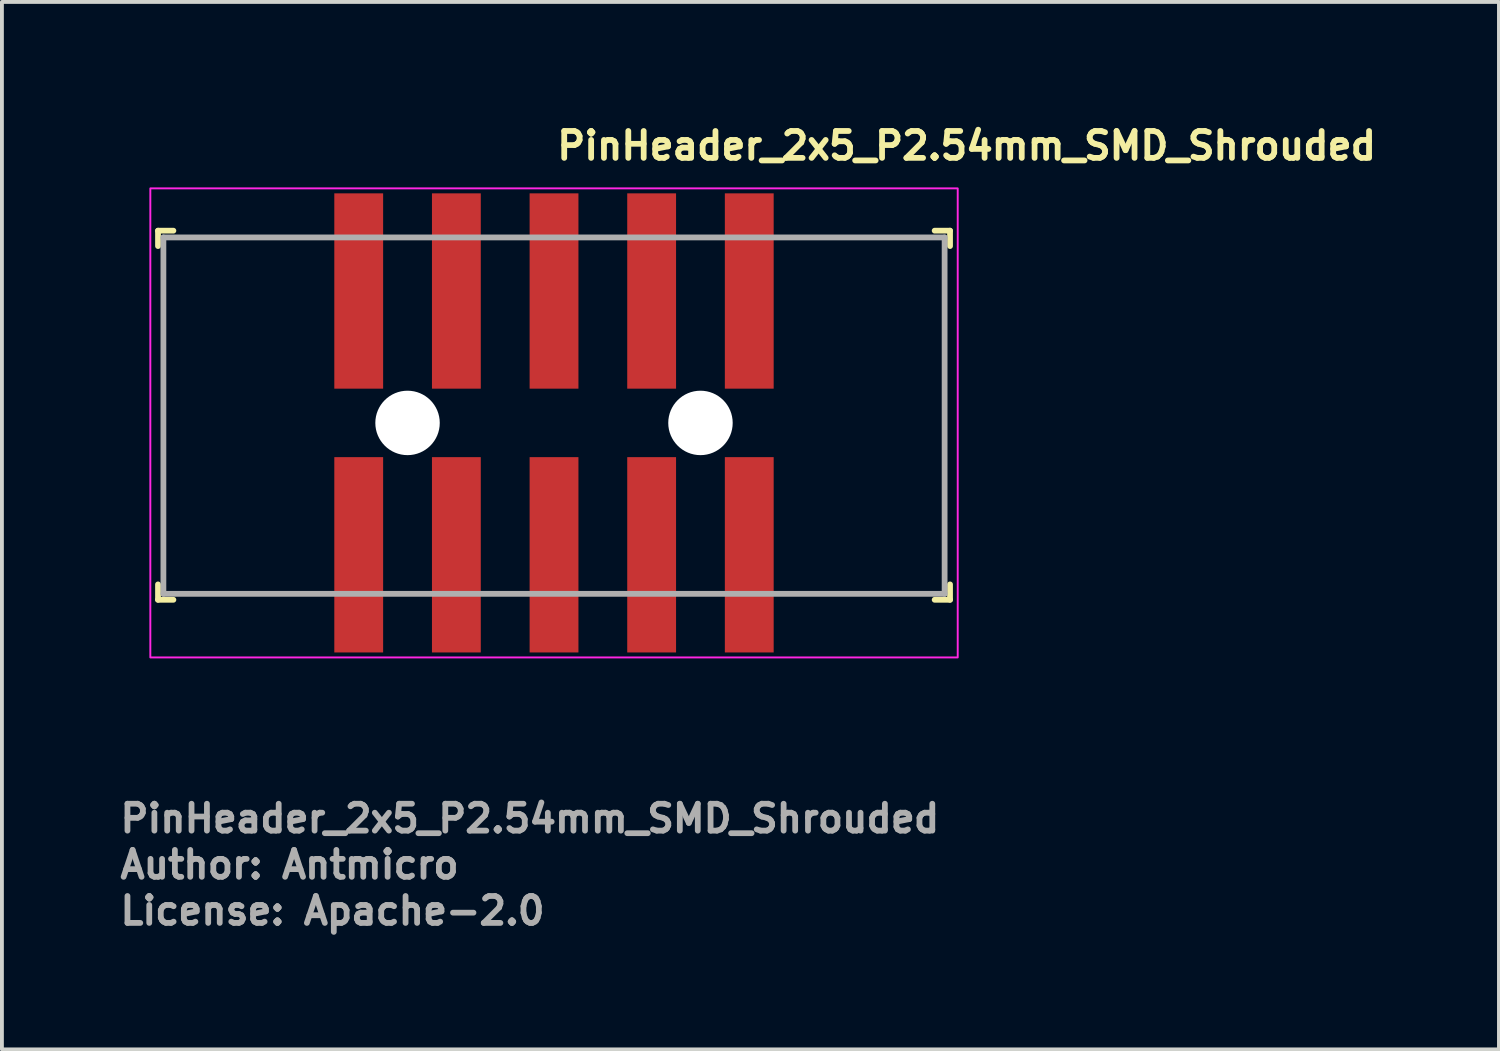
<source format=kicad_pcb>
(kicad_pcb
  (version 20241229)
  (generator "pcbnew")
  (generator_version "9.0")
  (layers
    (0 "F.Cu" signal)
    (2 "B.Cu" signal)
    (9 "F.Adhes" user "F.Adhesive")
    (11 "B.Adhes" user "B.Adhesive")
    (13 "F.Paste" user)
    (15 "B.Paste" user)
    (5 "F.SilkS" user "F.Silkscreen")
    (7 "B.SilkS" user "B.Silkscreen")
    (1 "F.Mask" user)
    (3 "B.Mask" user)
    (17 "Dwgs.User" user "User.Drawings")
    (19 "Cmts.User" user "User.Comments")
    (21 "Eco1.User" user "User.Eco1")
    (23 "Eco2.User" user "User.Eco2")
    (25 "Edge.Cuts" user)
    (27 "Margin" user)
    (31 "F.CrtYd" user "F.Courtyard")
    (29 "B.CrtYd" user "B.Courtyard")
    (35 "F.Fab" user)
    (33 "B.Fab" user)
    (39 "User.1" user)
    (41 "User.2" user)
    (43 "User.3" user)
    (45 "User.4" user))
  (footprint "PinHeader_2x5_P2.54mm_SMD_Shrouded"
    (layer "F.Cu")
    (at 11.36 7.95)
    (property "Reference" "PinHeader_2x5_P2.54mm_SMD_Shrouded" (at 0 -6.8 0) (layer "F.SilkS") (effects (font (size 0.7 0.7) (thickness 0.15)) (justify left bottom)))
    (attr smd)
    (fp_line (start -10.3 -4.6) (end -10.3 -5) (stroke (width 0.15) (type solid)) (layer "F.SilkS"))
    (fp_line (start -10.3 4.2) (end -10.3 4.6) (stroke (width 0.15) (type solid)) (layer "F.SilkS"))
    (fp_line (start -9.9 -5) (end -10.3 -5) (stroke (width 0.15) (type solid)) (layer "F.SilkS"))
    (fp_line (start -9.9 4.6) (end -10.3 4.6) (stroke (width 0.15) (type solid)) (layer "F.SilkS"))
    (fp_line (start 9.9 -5) (end 10.3 -5) (stroke (width 0.15) (type solid)) (layer "F.SilkS"))
    (fp_line (start 9.9 4.6) (end 10.3 4.6) (stroke (width 0.15) (type solid)) (layer "F.SilkS"))
    (fp_line (start 10.3 -4.6) (end 10.3 -5) (stroke (width 0.15) (type solid)) (layer "F.SilkS"))
    (fp_line (start 10.3 4.2) (end 10.3 4.6) (stroke (width 0.15) (type solid)) (layer "F.SilkS"))
    (fp_rect (start -10.5 -6.1) (end 10.5 6.1) (stroke (width 0.05) (type solid)) (fill no) (layer "F.CrtYd"))
    (fp_line (start -10.16 -4.824) (end 10.159 -4.824) (stroke (width 0.15) (type solid)) (layer "F.Fab"))
    (fp_line (start -10.16 4.445) (end -10.16 -4.824) (stroke (width 0.15) (type solid)) (layer "F.Fab"))
    (fp_line (start 10.159 -4.824) (end 10.159 4.445) (stroke (width 0.15) (type solid)) (layer "F.Fab"))
    (fp_line (start 10.159 4.445) (end -10.16 4.445) (stroke (width 0.15) (type solid)) (layer "F.Fab"))
    (fp_rect (start -10.16 -5.588) (end 10.159 5.586) (stroke (width 0.1) (type solid)) (fill no) (layer "User.5"))
    (fp_line (start -10.16 -4.827) (end -10.16 4.445) (stroke (width 0.02) (type solid)) (layer "User.9"))
    (fp_line (start -10.16 -4.827) (end -8.891 -4.827) (stroke (width 0.02) (type solid)) (layer "User.9"))
    (fp_line (start -10.16 4.445) (end -5.715 4.445) (stroke (width 0.02) (type solid)) (layer "User.9"))
    (fp_line (start -9.336 -3.621) (end -9.336 3.619) (stroke (width 0.02) (type solid)) (layer "User.9"))
    (fp_line (start -9.336 3.619) (end -2.54 3.619) (stroke (width 0.02) (type solid)) (layer "User.9"))
    (fp_line (start -8.891 -4.827) (end -8.891 -4.446) (stroke (width 0.02) (type solid)) (layer "User.9"))
    (fp_line (start -8.891 -4.446) (end -1.27 -4.446) (stroke (width 0.02) (type solid)) (layer "User.9"))
    (fp_line (start -8.891 -3.176) (end -9.336 -3.621) (stroke (width 0.02) (type solid)) (layer "User.9"))
    (fp_line (start -8.891 -3.176) (end 8.89 -3.176) (stroke (width 0.02) (type solid)) (layer "User.9"))
    (fp_line (start -8.891 3.173) (end -9.336 3.619) (stroke (width 0.02) (type solid)) (layer "User.9"))
    (fp_line (start -8.891 3.173) (end -8.891 -3.176) (stroke (width 0.02) (type solid)) (layer "User.9"))
    (fp_line (start -5.715 4.19) (end -5.715 4.445) (stroke (width 0.02) (type solid)) (layer "User.9"))
    (fp_line (start -5.715 4.19) (end -5.715 4.445) (stroke (width 0.02) (type solid)) (layer "User.9"))
    (fp_line (start -5.691 4.216) (end -5.691 4.445) (stroke (width 0.02) (type solid)) (layer "User.9"))
    (fp_line (start -5.691 4.445) (end -5.715 4.445) (stroke (width 0.02) (type solid)) (layer "User.9"))
    (fp_line (start -5.398 -5.588) (end -5.398 -5.43) (stroke (width 0.02) (type solid)) (layer "User.9"))
    (fp_line (start -5.398 -5.588) (end -4.763 -5.588) (stroke (width 0.02) (type solid)) (layer "User.9"))
    (fp_line (start -5.398 -5.43) (end -5.398 -4.446) (stroke (width 0.02) (type solid)) (layer "User.9"))
    (fp_line (start -5.398 -5.43) (end -4.763 -5.43) (stroke (width 0.02) (type solid)) (layer "User.9"))
    (fp_line (start -5.398 -1.589) (end -5.398 -1.43) (stroke (width 0.02) (type solid)) (layer "User.9"))
    (fp_line (start -5.398 -1.43) (end -5.398 -1.113) (stroke (width 0.02) (type solid)) (layer "User.9"))
    (fp_line (start -5.398 -1.113) (end -5.398 -0.954) (stroke (width 0.02) (type solid)) (layer "User.9"))
    (fp_line (start -5.398 -1.113) (end -4.763 -1.113) (stroke (width 0.02) (type solid)) (layer "User.9"))
    (fp_line (start -5.398 -0.954) (end -4.763 -0.954) (stroke (width 0.02) (type solid)) (layer "User.9"))
    (fp_line (start -5.398 0.952) (end -5.398 1.11) (stroke (width 0.02) (type solid)) (layer "User.9"))
    (fp_line (start -5.398 1.11) (end -5.398 1.427) (stroke (width 0.02) (type solid)) (layer "User.9"))
    (fp_line (start -5.398 1.11) (end -4.763 1.11) (stroke (width 0.02) (type solid)) (layer "User.9"))
    (fp_line (start -5.398 1.427) (end -5.398 1.586) (stroke (width 0.02) (type solid)) (layer "User.9"))
    (fp_line (start -5.398 1.427) (end -4.763 1.427) (stroke (width 0.02) (type solid)) (layer "User.9"))
    (fp_line (start -5.398 1.586) (end -4.763 1.586) (stroke (width 0.02) (type solid)) (layer "User.9"))
    (fp_line (start -5.398 4.445) (end -5.398 5.429) (stroke (width 0.02) (type solid)) (layer "User.9"))
    (fp_line (start -5.398 5.429) (end -5.398 5.586) (stroke (width 0.02) (type solid)) (layer "User.9"))
    (fp_line (start -5.398 5.429) (end -4.763 5.429) (stroke (width 0.02) (type solid)) (layer "User.9"))
    (fp_line (start -5.398 5.586) (end -4.763 5.586) (stroke (width 0.02) (type solid)) (layer "User.9"))
    (fp_line (start -5.08 4.445) (end -5.691 4.445) (stroke (width 0.02) (type solid)) (layer "User.9"))
    (fp_line (start -5.08 4.445) (end -5.08 4.216) (stroke (width 0.02) (type solid)) (layer "User.9"))
    (fp_line (start -4.763 -5.588) (end -4.763 -5.43) (stroke (width 0.02) (type solid)) (layer "User.9"))
    (fp_line (start -4.763 -5.43) (end -4.763 -4.446) (stroke (width 0.02) (type solid)) (layer "User.9"))
    (fp_line (start -4.763 -1.589) (end -5.398 -1.589) (stroke (width 0.02) (type solid)) (layer "User.9"))
    (fp_line (start -4.763 -1.589) (end -4.763 -1.43) (stroke (width 0.02) (type solid)) (layer "User.9"))
    (fp_line (start -4.763 -1.43) (end -5.398 -1.43) (stroke (width 0.02) (type solid)) (layer "User.9"))
    (fp_line (start -4.763 -1.43) (end -4.763 -1.113) (stroke (width 0.02) (type solid)) (layer "User.9"))
    (fp_line (start -4.763 -1.113) (end -4.763 -0.954) (stroke (width 0.02) (type solid)) (layer "User.9"))
    (fp_line (start -4.763 0.952) (end -5.398 0.952) (stroke (width 0.02) (type solid)) (layer "User.9"))
    (fp_line (start -4.763 0.952) (end -4.763 1.11) (stroke (width 0.02) (type solid)) (layer "User.9"))
    (fp_line (start -4.763 1.11) (end -4.763 1.427) (stroke (width 0.02) (type solid)) (layer "User.9"))
    (fp_line (start -4.763 1.427) (end -4.763 1.586) (stroke (width 0.02) (type solid)) (layer "User.9"))
    (fp_line (start -4.763 4.445) (end -4.763 5.429) (stroke (width 0.02) (type solid)) (layer "User.9"))
    (fp_line (start -4.763 5.429) (end -4.763 5.586) (stroke (width 0.02) (type solid)) (layer "User.9"))
    (fp_line (start -4.471 4.216) (end -5.691 4.216) (stroke (width 0.02) (type solid)) (layer "User.9"))
    (fp_line (start -4.471 4.445) (end -5.08 4.445) (stroke (width 0.02) (type solid)) (layer "User.9"))
    (fp_line (start -4.471 4.445) (end -4.471 4.216) (stroke (width 0.02) (type solid)) (layer "User.9"))
    (fp_line (start -4.446 4.19) (end -5.715 4.19) (stroke (width 0.02) (type solid)) (layer "User.9"))
    (fp_line (start -4.446 4.19) (end -5.715 4.19) (stroke (width 0.02) (type solid)) (layer "User.9"))
    (fp_line (start -4.446 4.445) (end -4.471 4.445) (stroke (width 0.02) (type solid)) (layer "User.9"))
    (fp_line (start -4.446 4.445) (end -4.446 4.19) (stroke (width 0.02) (type solid)) (layer "User.9"))
    (fp_line (start -4.446 4.445) (end -4.446 4.19) (stroke (width 0.02) (type solid)) (layer "User.9"))
    (fp_line (start -4.446 4.445) (end -2.54 4.445) (stroke (width 0.02) (type solid)) (layer "User.9"))
    (fp_line (start -2.859 -5.588) (end -2.223 -5.588) (stroke (width 0.02) (type solid)) (layer "User.9"))
    (fp_line (start -2.859 -5.43) (end -2.859 -5.588) (stroke (width 0.02) (type solid)) (layer "User.9"))
    (fp_line (start -2.859 -5.43) (end -2.223 -5.43) (stroke (width 0.02) (type solid)) (layer "User.9"))
    (fp_line (start -2.859 -4.446) (end -2.859 -5.43) (stroke (width 0.02) (type solid)) (layer "User.9"))
    (fp_line (start -2.859 -1.43) (end -2.859 -1.589) (stroke (width 0.02) (type solid)) (layer "User.9"))
    (fp_line (start -2.859 -1.113) (end -2.859 -1.43) (stroke (width 0.02) (type solid)) (layer "User.9"))
    (fp_line (start -2.859 -0.954) (end -2.859 -1.113) (stroke (width 0.02) (type solid)) (layer "User.9"))
    (fp_line (start -2.859 0.952) (end -2.223 0.952) (stroke (width 0.02) (type solid)) (layer "User.9"))
    (fp_line (start -2.859 1.11) (end -2.859 0.952) (stroke (width 0.02) (type solid)) (layer "User.9"))
    (fp_line (start -2.859 1.11) (end -2.223 1.11) (stroke (width 0.02) (type solid)) (layer "User.9"))
    (fp_line (start -2.859 1.427) (end -2.859 1.11) (stroke (width 0.02) (type solid)) (layer "User.9"))
    (fp_line (start -2.859 1.427) (end -2.223 1.427) (stroke (width 0.02) (type solid)) (layer "User.9"))
    (fp_line (start -2.859 1.586) (end -2.859 1.427) (stroke (width 0.02) (type solid)) (layer "User.9"))
    (fp_line (start -2.859 1.586) (end -2.223 1.586) (stroke (width 0.02) (type solid)) (layer "User.9"))
    (fp_line (start -2.859 5.429) (end -2.859 4.445) (stroke (width 0.02) (type solid)) (layer "User.9"))
    (fp_line (start -2.859 5.586) (end -2.859 5.429) (stroke (width 0.02) (type solid)) (layer "User.9"))
    (fp_line (start -2.54 3.173) (end -8.891 3.173) (stroke (width 0.02) (type solid)) (layer "User.9"))
    (fp_line (start -2.54 3.173) (end 2.539 3.173) (stroke (width 0.02) (type solid)) (layer "User.9"))
    (fp_line (start -2.54 3.619) (end -2.54 3.173) (stroke (width 0.02) (type solid)) (layer "User.9"))
    (fp_line (start -2.54 3.619) (end -2.54 4.445) (stroke (width 0.02) (type solid)) (layer "User.9"))
    (fp_line (start -2.54 4.445) (end 2.539 4.445) (stroke (width 0.02) (type solid)) (layer "User.9"))
    (fp_line (start -2.223 -5.588) (end -2.223 -5.43) (stroke (width 0.02) (type solid)) (layer "User.9"))
    (fp_line (start -2.223 -5.43) (end -2.223 -4.446) (stroke (width 0.02) (type solid)) (layer "User.9"))
    (fp_line (start -2.223 -1.589) (end -2.859 -1.589) (stroke (width 0.02) (type solid)) (layer "User.9"))
    (fp_line (start -2.223 -1.589) (end -2.223 -1.43) (stroke (width 0.02) (type solid)) (layer "User.9"))
    (fp_line (start -2.223 -1.43) (end -2.859 -1.43) (stroke (width 0.02) (type solid)) (layer "User.9"))
    (fp_line (start -2.223 -1.43) (end -2.223 -1.113) (stroke (width 0.02) (type solid)) (layer "User.9"))
    (fp_line (start -2.223 -1.113) (end -2.859 -1.113) (stroke (width 0.02) (type solid)) (layer "User.9"))
    (fp_line (start -2.223 -1.113) (end -2.223 -0.954) (stroke (width 0.02) (type solid)) (layer "User.9"))
    (fp_line (start -2.223 -0.954) (end -2.859 -0.954) (stroke (width 0.02) (type solid)) (layer "User.9"))
    (fp_line (start -2.223 0.952) (end -2.223 1.11) (stroke (width 0.02) (type solid)) (layer "User.9"))
    (fp_line (start -2.223 1.11) (end -2.223 1.427) (stroke (width 0.02) (type solid)) (layer "User.9"))
    (fp_line (start -2.223 1.427) (end -2.223 1.586) (stroke (width 0.02) (type solid)) (layer "User.9"))
    (fp_line (start -2.223 4.445) (end -2.223 5.429) (stroke (width 0.02) (type solid)) (layer "User.9"))
    (fp_line (start -2.223 5.429) (end -2.859 5.429) (stroke (width 0.02) (type solid)) (layer "User.9"))
    (fp_line (start -2.223 5.429) (end -2.223 5.586) (stroke (width 0.02) (type solid)) (layer "User.9"))
    (fp_line (start -2.223 5.586) (end -2.859 5.586) (stroke (width 0.02) (type solid)) (layer "User.9"))
    (fp_line (start -1.27 -4.446) (end -1.27 -4.827) (stroke (width 0.02) (type solid)) (layer "User.9"))
    (fp_line (start -0.318 -5.588) (end 0.316 -5.588) (stroke (width 0.02) (type solid)) (layer "User.9"))
    (fp_line (start -0.318 -5.43) (end -0.318 -5.588) (stroke (width 0.02) (type solid)) (layer "User.9"))
    (fp_line (start -0.318 -5.43) (end 0.316 -5.43) (stroke (width 0.02) (type solid)) (layer "User.9"))
    (fp_line (start -0.318 -4.827) (end -0.318 -5.43) (stroke (width 0.02) (type solid)) (layer "User.9"))
    (fp_line (start -0.318 -1.43) (end -0.318 -1.589) (stroke (width 0.02) (type solid)) (layer "User.9"))
    (fp_line (start -0.318 -1.113) (end -0.318 -1.43) (stroke (width 0.02) (type solid)) (layer "User.9"))
    (fp_line (start -0.318 -0.954) (end -0.318 -1.113) (stroke (width 0.02) (type solid)) (layer "User.9"))
    (fp_line (start -0.318 0.952) (end 0.316 0.952) (stroke (width 0.02) (type solid)) (layer "User.9"))
    (fp_line (start -0.318 1.11) (end -0.318 0.952) (stroke (width 0.02) (type solid)) (layer "User.9"))
    (fp_line (start -0.318 1.11) (end 0.316 1.11) (stroke (width 0.02) (type solid)) (layer "User.9"))
    (fp_line (start -0.318 1.427) (end -0.318 1.11) (stroke (width 0.02) (type solid)) (layer "User.9"))
    (fp_line (start -0.318 1.427) (end 0.316 1.427) (stroke (width 0.02) (type solid)) (layer "User.9"))
    (fp_line (start -0.318 1.586) (end -0.318 1.427) (stroke (width 0.02) (type solid)) (layer "User.9"))
    (fp_line (start -0.318 1.586) (end 0.316 1.586) (stroke (width 0.02) (type solid)) (layer "User.9"))
    (fp_line (start -0.318 5.429) (end -0.318 4.445) (stroke (width 0.02) (type solid)) (layer "User.9"))
    (fp_line (start -0.318 5.586) (end -0.318 5.429) (stroke (width 0.02) (type solid)) (layer "User.9"))
    (fp_line (start 0.316 -5.588) (end 0.316 -5.43) (stroke (width 0.02) (type solid)) (layer "User.9"))
    (fp_line (start 0.316 -5.43) (end 0.316 -4.827) (stroke (width 0.02) (type solid)) (layer "User.9"))
    (fp_line (start 0.316 -1.589) (end -0.318 -1.589) (stroke (width 0.02) (type solid)) (layer "User.9"))
    (fp_line (start 0.316 -1.589) (end 0.316 -1.43) (stroke (width 0.02) (type solid)) (layer "User.9"))
    (fp_line (start 0.316 -1.43) (end -0.318 -1.43) (stroke (width 0.02) (type solid)) (layer "User.9"))
    (fp_line (start 0.316 -1.43) (end 0.316 -1.113) (stroke (width 0.02) (type solid)) (layer "User.9"))
    (fp_line (start 0.316 -1.113) (end -0.318 -1.113) (stroke (width 0.02) (type solid)) (layer "User.9"))
    (fp_line (start 0.316 -1.113) (end 0.316 -0.954) (stroke (width 0.02) (type solid)) (layer "User.9"))
    (fp_line (start 0.316 -0.954) (end -0.318 -0.954) (stroke (width 0.02) (type solid)) (layer "User.9"))
    (fp_line (start 0.316 0.952) (end 0.316 1.11) (stroke (width 0.02) (type solid)) (layer "User.9"))
    (fp_line (start 0.316 1.11) (end 0.316 1.427) (stroke (width 0.02) (type solid)) (layer "User.9"))
    (fp_line (start 0.316 1.427) (end 0.316 1.586) (stroke (width 0.02) (type solid)) (layer "User.9"))
    (fp_line (start 0.316 4.445) (end 0.316 5.429) (stroke (width 0.02) (type solid)) (layer "User.9"))
    (fp_line (start 0.316 5.429) (end -0.318 5.429) (stroke (width 0.02) (type solid)) (layer "User.9"))
    (fp_line (start 0.316 5.429) (end 0.316 5.586) (stroke (width 0.02) (type solid)) (layer "User.9"))
    (fp_line (start 0.316 5.586) (end -0.318 5.586) (stroke (width 0.02) (type solid)) (layer "User.9"))
    (fp_line (start 1.269 -4.827) (end -1.27 -4.827) (stroke (width 0.02) (type solid)) (layer "User.9"))
    (fp_line (start 1.269 -4.827) (end 1.269 -4.446) (stroke (width 0.02) (type solid)) (layer "User.9"))
    (fp_line (start 1.269 -4.446) (end 8.89 -4.446) (stroke (width 0.02) (type solid)) (layer "User.9"))
    (fp_line (start 2.221 -5.588) (end 2.857 -5.588) (stroke (width 0.02) (type solid)) (layer "User.9"))
    (fp_line (start 2.221 -5.43) (end 2.221 -5.588) (stroke (width 0.02) (type solid)) (layer "User.9"))
    (fp_line (start 2.221 -5.43) (end 2.857 -5.43) (stroke (width 0.02) (type solid)) (layer "User.9"))
    (fp_line (start 2.221 -4.446) (end 2.221 -5.43) (stroke (width 0.02) (type solid)) (layer "User.9"))
    (fp_line (start 2.221 -1.43) (end 2.221 -1.589) (stroke (width 0.02) (type solid)) (layer "User.9"))
    (fp_line (start 2.221 -1.113) (end 2.221 -1.43) (stroke (width 0.02) (type solid)) (layer "User.9"))
    (fp_line (start 2.221 -0.954) (end 2.221 -1.113) (stroke (width 0.02) (type solid)) (layer "User.9"))
    (fp_line (start 2.221 0.952) (end 2.857 0.952) (stroke (width 0.02) (type solid)) (layer "User.9"))
    (fp_line (start 2.221 1.11) (end 2.221 0.952) (stroke (width 0.02) (type solid)) (layer "User.9"))
    (fp_line (start 2.221 1.11) (end 2.857 1.11) (stroke (width 0.02) (type solid)) (layer "User.9"))
    (fp_line (start 2.221 1.427) (end 2.221 1.11) (stroke (width 0.02) (type solid)) (layer "User.9"))
    (fp_line (start 2.221 1.427) (end 2.857 1.427) (stroke (width 0.02) (type solid)) (layer "User.9"))
    (fp_line (start 2.221 1.586) (end 2.221 1.427) (stroke (width 0.02) (type solid)) (layer "User.9"))
    (fp_line (start 2.221 1.586) (end 2.857 1.586) (stroke (width 0.02) (type solid)) (layer "User.9"))
    (fp_line (start 2.221 5.429) (end 2.221 4.445) (stroke (width 0.02) (type solid)) (layer "User.9"))
    (fp_line (start 2.221 5.586) (end 2.221 5.429) (stroke (width 0.02) (type solid)) (layer "User.9"))
    (fp_line (start 2.539 3.173) (end 2.539 3.619) (stroke (width 0.02) (type solid)) (layer "User.9"))
    (fp_line (start 2.539 3.619) (end 9.333 3.619) (stroke (width 0.02) (type solid)) (layer "User.9"))
    (fp_line (start 2.539 4.445) (end 2.539 3.619) (stroke (width 0.02) (type solid)) (layer "User.9"))
    (fp_line (start 2.539 4.445) (end 10.159 4.445) (stroke (width 0.02) (type solid)) (layer "User.9"))
    (fp_line (start 2.857 -5.588) (end 2.857 -5.43) (stroke (width 0.02) (type solid)) (layer "User.9"))
    (fp_line (start 2.857 -5.43) (end 2.857 -4.446) (stroke (width 0.02) (type solid)) (layer "User.9"))
    (fp_line (start 2.857 -1.589) (end 2.221 -1.589) (stroke (width 0.02) (type solid)) (layer "User.9"))
    (fp_line (start 2.857 -1.589) (end 2.857 -1.43) (stroke (width 0.02) (type solid)) (layer "User.9"))
    (fp_line (start 2.857 -1.43) (end 2.221 -1.43) (stroke (width 0.02) (type solid)) (layer "User.9"))
    (fp_line (start 2.857 -1.43) (end 2.857 -1.113) (stroke (width 0.02) (type solid)) (layer "User.9"))
    (fp_line (start 2.857 -1.113) (end 2.221 -1.113) (stroke (width 0.02) (type solid)) (layer "User.9"))
    (fp_line (start 2.857 -1.113) (end 2.857 -0.954) (stroke (width 0.02) (type solid)) (layer "User.9"))
    (fp_line (start 2.857 -0.954) (end 2.221 -0.954) (stroke (width 0.02) (type solid)) (layer "User.9"))
    (fp_line (start 2.857 0.952) (end 2.857 1.11) (stroke (width 0.02) (type solid)) (layer "User.9"))
    (fp_line (start 2.857 1.11) (end 2.857 1.427) (stroke (width 0.02) (type solid)) (layer "User.9"))
    (fp_line (start 2.857 1.427) (end 2.857 1.586) (stroke (width 0.02) (type solid)) (layer "User.9"))
    (fp_line (start 2.857 4.445) (end 2.857 5.429) (stroke (width 0.02) (type solid)) (layer "User.9"))
    (fp_line (start 2.857 5.429) (end 2.221 5.429) (stroke (width 0.02) (type solid)) (layer "User.9"))
    (fp_line (start 2.857 5.429) (end 2.857 5.586) (stroke (width 0.02) (type solid)) (layer "User.9"))
    (fp_line (start 2.857 5.586) (end 2.221 5.586) (stroke (width 0.02) (type solid)) (layer "User.9"))
    (fp_line (start 4.762 -5.588) (end 5.397 -5.588) (stroke (width 0.02) (type solid)) (layer "User.9"))
    (fp_line (start 4.762 -5.43) (end 4.762 -5.588) (stroke (width 0.02) (type solid)) (layer "User.9"))
    (fp_line (start 4.762 -5.43) (end 5.397 -5.43) (stroke (width 0.02) (type solid)) (layer "User.9"))
    (fp_line (start 4.762 -4.446) (end 4.762 -5.43) (stroke (width 0.02) (type solid)) (layer "User.9"))
    (fp_line (start 4.762 -1.43) (end 4.762 -1.589) (stroke (width 0.02) (type solid)) (layer "User.9"))
    (fp_line (start 4.762 -1.113) (end 4.762 -1.43) (stroke (width 0.02) (type solid)) (layer "User.9"))
    (fp_line (start 4.762 -0.954) (end 4.762 -1.113) (stroke (width 0.02) (type solid)) (layer "User.9"))
    (fp_line (start 4.762 0.952) (end 5.397 0.952) (stroke (width 0.02) (type solid)) (layer "User.9"))
    (fp_line (start 4.762 1.11) (end 4.762 0.952) (stroke (width 0.02) (type solid)) (layer "User.9"))
    (fp_line (start 4.762 1.11) (end 5.397 1.11) (stroke (width 0.02) (type solid)) (layer "User.9"))
    (fp_line (start 4.762 1.427) (end 4.762 1.11) (stroke (width 0.02) (type solid)) (layer "User.9"))
    (fp_line (start 4.762 1.427) (end 5.397 1.427) (stroke (width 0.02) (type solid)) (layer "User.9"))
    (fp_line (start 4.762 1.586) (end 4.762 1.427) (stroke (width 0.02) (type solid)) (layer "User.9"))
    (fp_line (start 4.762 1.586) (end 5.397 1.586) (stroke (width 0.02) (type solid)) (layer "User.9"))
    (fp_line (start 4.762 5.429) (end 4.762 4.445) (stroke (width 0.02) (type solid)) (layer "User.9"))
    (fp_line (start 4.762 5.429) (end 5.397 5.429) (stroke (width 0.02) (type solid)) (layer "User.9"))
    (fp_line (start 4.762 5.586) (end 4.762 5.429) (stroke (width 0.02) (type solid)) (layer "User.9"))
    (fp_line (start 4.762 5.586) (end 5.397 5.586) (stroke (width 0.02) (type solid)) (layer "User.9"))
    (fp_line (start 5.397 -5.588) (end 5.397 -5.43) (stroke (width 0.02) (type solid)) (layer "User.9"))
    (fp_line (start 5.397 -5.43) (end 5.397 -4.446) (stroke (width 0.02) (type solid)) (layer "User.9"))
    (fp_line (start 5.397 -1.589) (end 4.762 -1.589) (stroke (width 0.02) (type solid)) (layer "User.9"))
    (fp_line (start 5.397 -1.589) (end 5.397 -1.43) (stroke (width 0.02) (type solid)) (layer "User.9"))
    (fp_line (start 5.397 -1.43) (end 4.762 -1.43) (stroke (width 0.02) (type solid)) (layer "User.9"))
    (fp_line (start 5.397 -1.43) (end 5.397 -1.113) (stroke (width 0.02) (type solid)) (layer "User.9"))
    (fp_line (start 5.397 -1.113) (end 4.762 -1.113) (stroke (width 0.02) (type solid)) (layer "User.9"))
    (fp_line (start 5.397 -1.113) (end 5.397 -0.954) (stroke (width 0.02) (type solid)) (layer "User.9"))
    (fp_line (start 5.397 -0.954) (end 4.762 -0.954) (stroke (width 0.02) (type solid)) (layer "User.9"))
    (fp_line (start 5.397 0.952) (end 5.397 1.11) (stroke (width 0.02) (type solid)) (layer "User.9"))
    (fp_line (start 5.397 1.11) (end 5.397 1.427) (stroke (width 0.02) (type solid)) (layer "User.9"))
    (fp_line (start 5.397 1.427) (end 5.397 1.586) (stroke (width 0.02) (type solid)) (layer "User.9"))
    (fp_line (start 5.397 4.445) (end 5.397 5.429) (stroke (width 0.02) (type solid)) (layer "User.9"))
    (fp_line (start 5.397 5.429) (end 5.397 5.586) (stroke (width 0.02) (type solid)) (layer "User.9"))
    (fp_line (start 8.89 -4.827) (end 10.159 -4.827) (stroke (width 0.02) (type solid)) (layer "User.9"))
    (fp_line (start 8.89 -4.446) (end 8.89 -4.827) (stroke (width 0.02) (type solid)) (layer "User.9"))
    (fp_line (start 8.89 -3.176) (end 8.89 3.173) (stroke (width 0.02) (type solid)) (layer "User.9"))
    (fp_line (start 8.89 -3.176) (end 9.333 -3.621) (stroke (width 0.02) (type solid)) (layer "User.9"))
    (fp_line (start 8.89 3.173) (end 2.539 3.173) (stroke (width 0.02) (type solid)) (layer "User.9"))
    (fp_line (start 8.89 3.173) (end 9.333 3.619) (stroke (width 0.02) (type solid)) (layer "User.9"))
    (fp_line (start 9.333 -3.621) (end -9.336 -3.621) (stroke (width 0.02) (type solid)) (layer "User.9"))
    (fp_line (start 9.333 3.619) (end 9.333 -3.621) (stroke (width 0.02) (type solid)) (layer "User.9"))
    (fp_line (start 10.159 -4.827) (end 10.159 4.445) (stroke (width 0.02) (type solid)) (layer "User.9"))
    (fp_text user "License: Apache-2.0" (at -11.36 13.098 0) (layer "F.Fab") (effects (font (size 0.7 0.7) (thickness 0.15)) (justify left bottom)))
    (fp_text user "Author: Antmicro" (at -11.36 11.899 0) (layer "F.Fab") (effects (font (size 0.7 0.7) (thickness 0.15)) (justify left bottom)))
    (fp_text user "${REFERENCE}" (at -11.36 10.698 0) (layer "F.Fab") (effects (font (size 0.7 0.7) (thickness 0.15)) (justify left bottom)))
    (pad "" np_thru_hole circle (at -3.81 0) (size 1.676 1.676) (drill 1.676) (layers "*.Cu" "*.Mask"))
    (pad "" np_thru_hole circle (at 3.809 0) (size 1.676 1.676) (drill 1.676) (layers "*.Cu" "*.Mask"))
    (pad "1" smd rect (at -5.08 3.43) (size 1.27 5.08) (layers "F.Cu" "F.Mask" "F.Paste"))
    (pad "2" smd rect (at -5.08 -3.431) (size 1.27 5.08) (layers "F.Cu" "F.Mask" "F.Paste"))
    (pad "3" smd rect (at -2.54 3.43) (size 1.27 5.08) (layers "F.Cu" "F.Mask" "F.Paste"))
    (pad "4" smd rect (at -2.54 -3.431) (size 1.27 5.08) (layers "F.Cu" "F.Mask" "F.Paste"))
    (pad "5" smd rect (at 0 3.43) (size 1.27 5.08) (layers "F.Cu" "F.Mask" "F.Paste"))
    (pad "6" smd rect (at 0 -3.431) (size 1.27 5.08) (layers "F.Cu" "F.Mask" "F.Paste"))
    (pad "7" smd rect (at 2.539 3.43) (size 1.27 5.08) (layers "F.Cu" "F.Mask" "F.Paste"))
    (pad "8" smd rect (at 2.539 -3.431) (size 1.27 5.08) (layers "F.Cu" "F.Mask" "F.Paste"))
    (pad "9" smd rect (at 5.078 3.43) (size 1.27 5.08) (layers "F.Cu" "F.Mask" "F.Paste"))
    (pad "10" smd rect (at 5.078 -3.431) (size 1.27 5.08) (layers "F.Cu" "F.Mask" "F.Paste")))
  (gr_rect
    (start -3 -3)
    (end 35.937 24.244)
    (stroke (width 0.1) (type default))
    (fill no)
    (layer "Edge.Cuts")))
</source>
